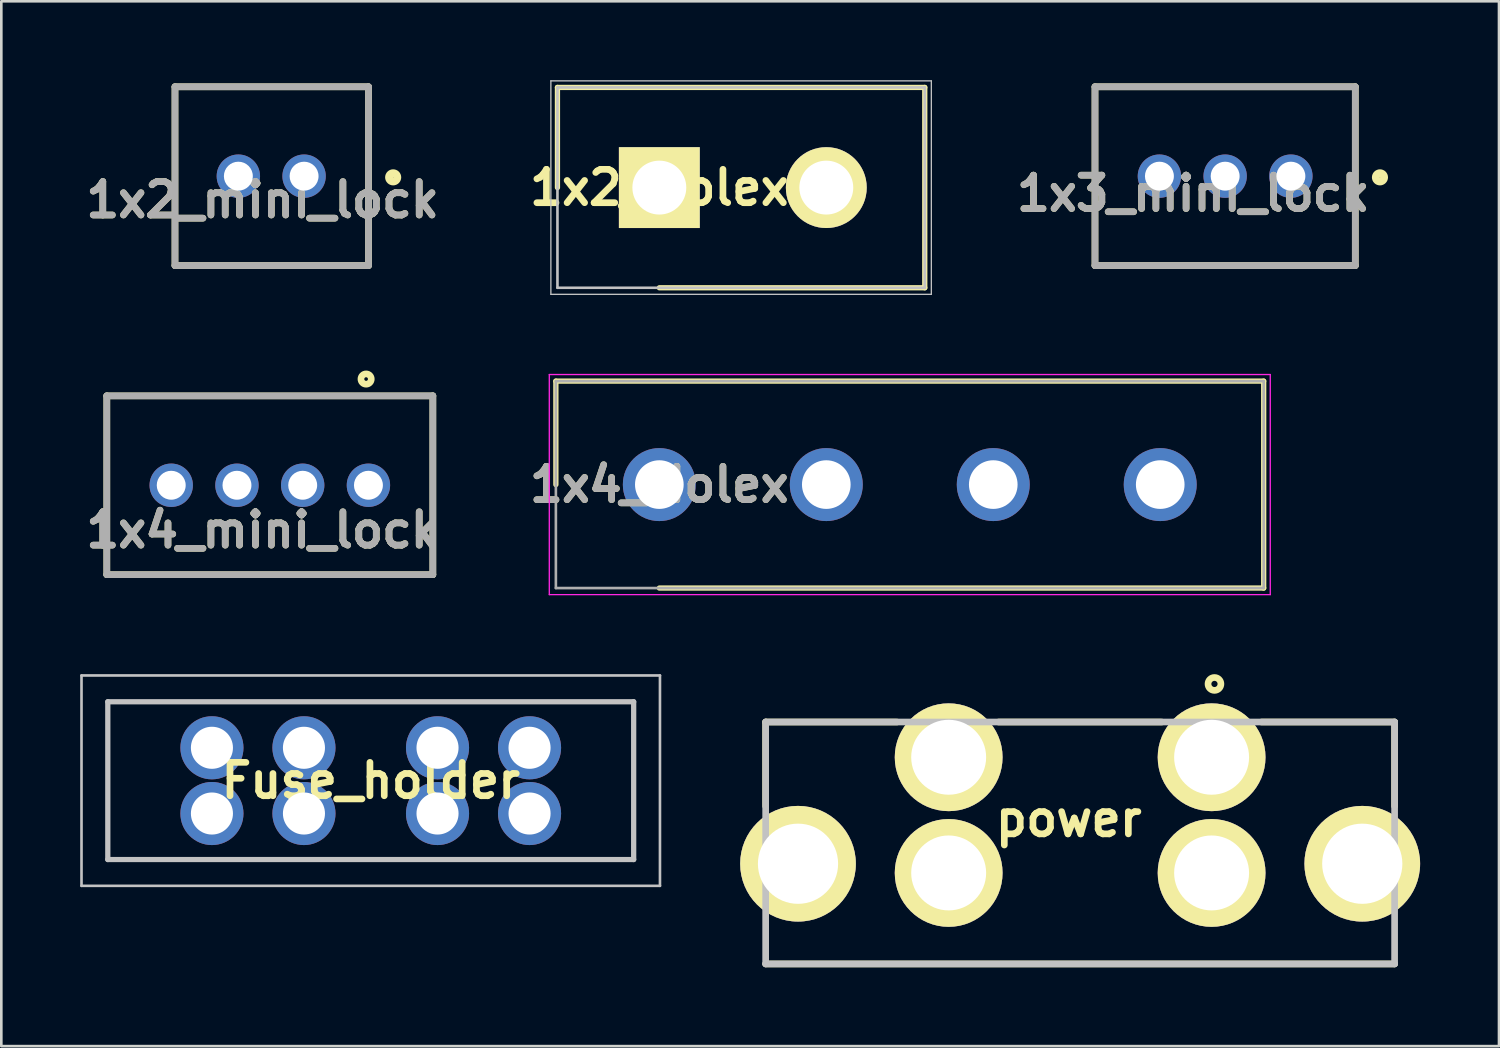
<source format=kicad_pcb>
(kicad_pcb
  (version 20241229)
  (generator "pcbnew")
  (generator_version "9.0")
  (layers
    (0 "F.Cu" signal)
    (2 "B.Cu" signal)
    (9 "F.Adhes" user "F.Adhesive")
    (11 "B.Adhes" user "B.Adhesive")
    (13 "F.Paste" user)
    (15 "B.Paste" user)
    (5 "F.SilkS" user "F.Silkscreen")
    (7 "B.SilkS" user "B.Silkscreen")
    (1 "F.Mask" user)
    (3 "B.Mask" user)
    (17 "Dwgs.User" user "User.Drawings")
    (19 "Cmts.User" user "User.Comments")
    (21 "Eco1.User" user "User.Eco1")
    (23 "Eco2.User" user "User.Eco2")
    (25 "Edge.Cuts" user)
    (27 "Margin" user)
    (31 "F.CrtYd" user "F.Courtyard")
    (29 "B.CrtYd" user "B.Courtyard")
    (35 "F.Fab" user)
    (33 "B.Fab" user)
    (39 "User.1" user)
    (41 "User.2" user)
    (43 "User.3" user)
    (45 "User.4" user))
  (footprint "1x2_mini_lock"
    (layer "F.Cu")
    (at 7.285 0.25)
    (property "Reference" "1x2_mini_lock" (at -0.348 4.302 0) (layer "F.SilkS") (effects (font (size 1.27 1.27) (thickness 0.254))))
    (attr through_hole)
    (fp_line (start -3.68 0) (end -3.68 6.8) (stroke (width 0.254) (type solid)) (layer "F.SilkS"))
    (fp_line (start -3.68 6.8) (end 3.68 6.8) (stroke (width 0.254) (type solid)) (layer "F.SilkS"))
    (fp_line (start 3.68 0) (end -3.68 0) (stroke (width 0.254) (type solid)) (layer "F.SilkS"))
    (fp_line (start 3.68 6.8) (end 3.68 0) (stroke (width 0.254) (type solid)) (layer "F.SilkS"))
    (fp_circle (center 4.618 3.445) (end 4.618 3.601) (stroke (width 0.3) (type solid)) (fill no) (layer "F.SilkS"))
    (fp_line (start -3.68 0) (end 3.68 0) (stroke (width 0.254) (type solid)) (layer "F.Fab"))
    (fp_line (start -3.68 6.8) (end -3.68 0) (stroke (width 0.254) (type solid)) (layer "F.Fab"))
    (fp_line (start 3.68 0) (end 3.68 6.8) (stroke (width 0.254) (type solid)) (layer "F.Fab"))
    (fp_line (start 3.68 6.8) (end -3.68 6.8) (stroke (width 0.254) (type solid)) (layer "F.Fab"))
    (fp_text user "${REFERENCE}" (at -0.348 4.302 0) (layer "F.Fab") (effects (font (size 1.27 1.27) (thickness 0.254))))
    (pad "" np_thru_hole circle (at 2.83 5.6) (size 0.001 0.001) (drill 1.25) (layers "*.Cu" "*.Mask"))
    (pad "1" thru_hole circle (at 1.23 3.4) (size 1.65 1.65) (drill 1.1) (layers "*.Cu" "*.Mask"))
    (pad "2" thru_hole circle (at -1.27 3.4) (size 1.65 1.65) (drill 1.1) (layers "*.Cu" "*.Mask")))
  (footprint "1x4_Molex"
    (layer "F.Cu")
    (at 22.026 15.38)
    (property "Reference" "1x4_Molex" (at 0 0 0) (layer "F.SilkS") (effects (font (size 1.27 1.27) (thickness 0.254))))
    (attr through_hole)
    (fp_line (start -3.935 -3.935) (end -3.935 0) (stroke (width 0.2) (type solid)) (layer "F.SilkS"))
    (fp_line (start 0 3.935) (end 22.985 3.935) (stroke (width 0.2) (type solid)) (layer "F.SilkS"))
    (fp_line (start 22.985 -3.935) (end -3.935 -3.935) (stroke (width 0.2) (type solid)) (layer "F.SilkS"))
    (fp_line (start 22.985 3.935) (end 22.985 -3.935) (stroke (width 0.2) (type solid)) (layer "F.SilkS"))
    (fp_line (start -4.185 -4.185) (end 23.235 -4.185) (stroke (width 0.05) (type solid)) (layer "F.CrtYd"))
    (fp_line (start -4.185 4.185) (end -4.185 -4.185) (stroke (width 0.05) (type solid)) (layer "F.CrtYd"))
    (fp_line (start 23.235 -4.185) (end 23.235 4.185) (stroke (width 0.05) (type solid)) (layer "F.CrtYd"))
    (fp_line (start 23.235 4.185) (end -4.185 4.185) (stroke (width 0.05) (type solid)) (layer "F.CrtYd"))
    (fp_line (start -3.935 -3.935) (end 22.985 -3.935) (stroke (width 0.1) (type solid)) (layer "F.Fab"))
    (fp_line (start -3.935 3.935) (end -3.935 -3.935) (stroke (width 0.1) (type solid)) (layer "F.Fab"))
    (fp_line (start 22.985 -3.935) (end 22.985 3.935) (stroke (width 0.1) (type solid)) (layer "F.Fab"))
    (fp_line (start 22.985 3.935) (end -3.935 3.935) (stroke (width 0.1) (type solid)) (layer "F.Fab"))
    (fp_text user "${REFERENCE}" (at 0 0 0) (layer "F.Fab") (effects (font (size 1.27 1.27) (thickness 0.254))))
    (pad "1" thru_hole circle (at 0 0) (size 2.775 2.775) (drill 1.85) (layers "*.Cu" "*.Mask"))
    (pad "2" thru_hole circle (at 6.35 0) (size 2.775 2.775) (drill 1.85) (layers "*.Cu" "*.Mask"))
    (pad "3" thru_hole circle (at 12.7 0) (size 2.775 2.775) (drill 1.85) (layers "*.Cu" "*.Mask"))
    (pad "4" thru_hole circle (at 19.05 0) (size 2.775 2.775) (drill 1.85) (layers "*.Cu" "*.Mask")))
  (footprint "1x2_Molex"
    (layer "F.Cu")
    (at 22.026 4.085)
    (property "Reference" "1x2_Molex" (at 0 0 0) (layer "F.SilkS") (effects (font (size 1.27 1.27) (thickness 0.254))))
    (attr through_hole)
    (fp_line (start -3.875 -3.81) (end -3.875 0) (stroke (width 0.2) (type solid)) (layer "F.SilkS"))
    (fp_line (start 0 3.81) (end 10.095 3.81) (stroke (width 0.2) (type solid)) (layer "F.SilkS"))
    (fp_line (start 10.095 -3.81) (end -3.875 -3.81) (stroke (width 0.2) (type solid)) (layer "F.SilkS"))
    (fp_line (start 10.095 3.81) (end 10.095 -3.81) (stroke (width 0.2) (type solid)) (layer "F.SilkS"))
    (fp_line (start -4.125 -4.06) (end 10.345 -4.06) (stroke (width 0.05) (type solid)) (layer "Dwgs.User"))
    (fp_line (start -4.125 4.06) (end -4.125 -4.06) (stroke (width 0.05) (type solid)) (layer "Dwgs.User"))
    (fp_line (start -3.875 -3.81) (end 10.095 -3.81) (stroke (width 0.1) (type solid)) (layer "Dwgs.User"))
    (fp_line (start -3.875 3.81) (end -3.875 -3.81) (stroke (width 0.1) (type solid)) (layer "Dwgs.User"))
    (fp_line (start 10.095 -3.81) (end 10.095 3.81) (stroke (width 0.1) (type solid)) (layer "Dwgs.User"))
    (fp_line (start 10.095 3.81) (end -3.875 3.81) (stroke (width 0.1) (type solid)) (layer "Dwgs.User"))
    (fp_line (start 10.345 -4.06) (end 10.345 4.06) (stroke (width 0.05) (type solid)) (layer "Dwgs.User"))
    (fp_line (start 10.345 4.06) (end -4.125 4.06) (stroke (width 0.05) (type solid)) (layer "Dwgs.User"))
    (pad "1" thru_hole rect (at 0 0 90) (size 3.075 3.075) (drill 2.05) (layers "*.Cu" "*.Mask" "F.SilkS"))
    (pad "2" thru_hole circle (at 6.35 0 90) (size 3.075 3.075) (drill 2.05) (layers "*.Cu" "*.Mask" "F.SilkS")))
  (footprint "1x4_mini_lock"
    (layer "F.Cu")
    (at 7.212 12.005)
    (property "Reference" "1x4_mini_lock" (at -0.275 5.104 0) (layer "F.SilkS") (effects (font (size 1.27 1.27) (thickness 0.254))))
    (attr through_hole)
    (fp_line (start -6.2 0) (end -6.2 6.8) (stroke (width 0.254) (type solid)) (layer "F.SilkS"))
    (fp_line (start -6.2 6.8) (end 6.2 6.8) (stroke (width 0.254) (type solid)) (layer "F.SilkS"))
    (fp_line (start 6.2 0) (end -6.2 0) (stroke (width 0.254) (type solid)) (layer "F.SilkS"))
    (fp_line (start 6.2 6.8) (end 6.2 0) (stroke (width 0.254) (type solid)) (layer "F.SilkS"))
    (fp_circle (center 3.662 -0.639) (end 3.662 -0.57) (stroke (width 0.254) (type solid)) (fill no) (layer "F.SilkS"))
    (fp_line (start -6.2 0) (end 6.2 0) (stroke (width 0.254) (type solid)) (layer "F.Fab"))
    (fp_line (start -6.2 6.8) (end -6.2 0) (stroke (width 0.254) (type solid)) (layer "F.Fab"))
    (fp_line (start 6.2 0) (end 6.2 6.8) (stroke (width 0.254) (type solid)) (layer "F.Fab"))
    (fp_line (start 6.2 6.8) (end -6.2 6.8) (stroke (width 0.254) (type solid)) (layer "F.Fab"))
    (fp_text user "${REFERENCE}" (at -0.275 5.104 0) (layer "F.Fab") (effects (font (size 1.27 1.27) (thickness 0.254))))
    (pad "" np_thru_hole circle (at 5.35 5.6) (size 0.001 0.001) (drill 1.25) (layers "*.Cu" "*.Mask"))
    (pad "1" thru_hole circle (at 3.75 3.4) (size 1.65 1.65) (drill 1.1) (layers "*.Cu" "*.Mask"))
    (pad "2" thru_hole circle (at 1.25 3.4) (size 1.65 1.65) (drill 1.1) (layers "*.Cu" "*.Mask"))
    (pad "3" thru_hole circle (at -1.25 3.4) (size 1.65 1.65) (drill 1.1) (layers "*.Cu" "*.Mask"))
    (pad "4" thru_hole circle (at -3.75 3.4) (size 1.65 1.65) (drill 1.1) (layers "*.Cu" "*.Mask")))
  (footprint "1x3_mini_lock"
    (layer "F.Cu")
    (at 43.545 0.25)
    (property "Reference" "1x3_mini_lock" (at -1.213 4.058 0) (layer "F.SilkS") (effects (font (size 1.27 1.27) (thickness 0.254))))
    (attr through_hole)
    (fp_line (start -4.95 0) (end -4.95 6.8) (stroke (width 0.254) (type solid)) (layer "F.SilkS"))
    (fp_line (start -4.95 6.8) (end 4.95 6.8) (stroke (width 0.254) (type solid)) (layer "F.SilkS"))
    (fp_line (start 4.95 0) (end -4.95 0) (stroke (width 0.254) (type solid)) (layer "F.SilkS"))
    (fp_line (start 4.95 6.8) (end 4.95 0) (stroke (width 0.254) (type solid)) (layer "F.SilkS"))
    (fp_circle (center 5.888 3.445) (end 5.888 3.601) (stroke (width 0.3) (type solid)) (fill no) (layer "F.SilkS"))
    (fp_line (start -4.95 0) (end 4.95 0) (stroke (width 0.254) (type solid)) (layer "F.Fab"))
    (fp_line (start -4.95 6.8) (end -4.95 0) (stroke (width 0.254) (type solid)) (layer "F.Fab"))
    (fp_line (start 4.95 0) (end 4.95 6.8) (stroke (width 0.254) (type solid)) (layer "F.Fab"))
    (fp_line (start 4.95 6.8) (end -4.95 6.8) (stroke (width 0.254) (type solid)) (layer "F.Fab"))
    (fp_text user "${REFERENCE}" (at -1.213 4.058 0) (layer "F.Fab") (effects (font (size 1.27 1.27) (thickness 0.254))))
    (pad "" np_thru_hole circle (at 4.1 5.6) (size 0.001 0.001) (drill 1.25) (layers "*.Cu" "*.Mask"))
    (pad "1" thru_hole circle (at 2.5 3.4) (size 1.65 1.65) (drill 1.1) (layers "*.Cu" "*.Mask"))
    (pad "2" thru_hole circle (at 0 3.4) (size 1.65 1.65) (drill 1.1) (layers "*.Cu" "*.Mask"))
    (pad "3" thru_hole circle (at -2.5 3.4) (size 1.65 1.65) (drill 1.1) (layers "*.Cu" "*.Mask")))
  (footprint "power"
    (layer "F.Cu")
    (at 38.03 24.41)
    (property "Reference" "power" (at -0.434 3.68 0) (layer "F.SilkS") (effects (font (size 1.27 1.27) (thickness 0.254))))
    (attr through_hole)
    (fp_line (start -11.96 0) (end -11.96 3.2) (stroke (width 0.254) (type solid)) (layer "F.SilkS"))
    (fp_line (start -11.96 0) (end -6.967 0) (stroke (width 0.254) (type solid)) (layer "F.SilkS"))
    (fp_line (start -11.96 9.2) (end 11.96 9.2) (stroke (width 0.254) (type solid)) (layer "F.SilkS"))
    (fp_line (start -3.1 0) (end 3.1 0) (stroke (width 0.254) (type solid)) (layer "F.SilkS"))
    (fp_line (start 6.9 0) (end 11.96 0) (stroke (width 0.254) (type solid)) (layer "F.SilkS"))
    (fp_line (start 11.96 0) (end 11.96 3.2) (stroke (width 0.254) (type solid)) (layer "F.SilkS"))
    (fp_circle (center 5.109 -1.448) (end 4.864 -1.448) (stroke (width 0.254) (type solid)) (fill no) (layer "F.SilkS"))
    (fp_line (start -11.96 0) (end 11.96 0) (stroke (width 0.254) (type solid)) (layer "Dwgs.User"))
    (fp_line (start -11.96 9.2) (end -11.96 0) (stroke (width 0.254) (type solid)) (layer "Dwgs.User"))
    (fp_line (start 11.96 0) (end 11.96 9.2) (stroke (width 0.254) (type solid)) (layer "Dwgs.User"))
    (fp_line (start 11.96 9.2) (end -11.96 9.2) (stroke (width 0.254) (type solid)) (layer "Dwgs.User"))
    (pad "1" thru_hole circle (at 5 1.34 90) (size 4.1 4.1) (drill 2.85) (layers "*.Cu" "*.Mask" "F.SilkS"))
    (pad "2" thru_hole circle (at 5 5.74 90) (size 4.1 4.1) (drill 2.85) (layers "*.Cu" "*.Mask" "F.SilkS"))
    (pad "3" thru_hole circle (at -5 1.34 90) (size 4.1 4.1) (drill 2.85) (layers "*.Cu" "*.Mask" "F.SilkS"))
    (pad "4" thru_hole circle (at -5 5.74 90) (size 4.1 4.1) (drill 2.85) (layers "*.Cu" "*.Mask" "F.SilkS"))
    (pad "5" thru_hole circle (at -10.73 5.39 90) (size 4.4 4.4) (drill 3.05) (layers "*.Cu" "*.Mask" "F.SilkS"))
    (pad "6" thru_hole circle (at 10.73 5.39 90) (size 4.4 4.4) (drill 3.05) (layers "*.Cu" "*.Mask" "F.SilkS")))
  (footprint "Fuse_holder"
    (layer "F.Cu")
    (at 11.05 26.64)
    (property "Reference" "Fuse_holder" (at 0 0 0) (layer "F.SilkS") (effects (font (size 1.27 1.27) (thickness 0.254))))
    (attr through_hole)
    (fp_line (start -10 -3) (end 10 -3) (stroke (width 0.1) (type solid)) (layer "F.SilkS"))
    (fp_line (start -10 3) (end -10 -3) (stroke (width 0.1) (type solid)) (layer "F.SilkS"))
    (fp_line (start 10 -3) (end 10 3) (stroke (width 0.1) (type solid)) (layer "F.SilkS"))
    (fp_line (start 10 3) (end -10 3) (stroke (width 0.1) (type solid)) (layer "F.SilkS"))
    (fp_line (start -11 -4) (end 11 -4) (stroke (width 0.1) (type solid)) (layer "Dwgs.User"))
    (fp_line (start -11 4) (end -11 -4) (stroke (width 0.1) (type solid)) (layer "Dwgs.User"))
    (fp_line (start -10 -3) (end 10 -3) (stroke (width 0.2) (type solid)) (layer "Dwgs.User"))
    (fp_line (start -10 3) (end -10 -3) (stroke (width 0.2) (type solid)) (layer "Dwgs.User"))
    (fp_line (start 10 -3) (end 10 3) (stroke (width 0.2) (type solid)) (layer "Dwgs.User"))
    (fp_line (start 10 3) (end -10 3) (stroke (width 0.2) (type solid)) (layer "Dwgs.User"))
    (fp_line (start 11 -4) (end 11 4) (stroke (width 0.1) (type solid)) (layer "Dwgs.User"))
    (fp_line (start 11 4) (end -11 4) (stroke (width 0.1) (type solid)) (layer "Dwgs.User"))
    (pad "" np_thru_hole circle (at 0 -0.045) (size 0.001 0.001) (drill 2.65) (layers "*.Cu" "*.Mask"))
    (pad "1" thru_hole circle (at -6.04 1.25) (size 2.4 2.4) (drill 1.6) (layers "*.Cu" "*.Mask"))
    (pad "2" thru_hole circle (at -6.04 -1.25) (size 2.4 2.4) (drill 1.6) (layers "*.Cu" "*.Mask"))
    (pad "3" thru_hole circle (at -2.54 1.25) (size 2.4 2.4) (drill 1.6) (layers "*.Cu" "*.Mask"))
    (pad "4" thru_hole circle (at -2.54 -1.25) (size 2.4 2.4) (drill 1.6) (layers "*.Cu" "*.Mask"))
    (pad "5" thru_hole circle (at 2.54 1.25) (size 2.4 2.4) (drill 1.6) (layers "*.Cu" "*.Mask"))
    (pad "6" thru_hole circle (at 2.54 -1.25) (size 2.4 2.4) (drill 1.6) (layers "*.Cu" "*.Mask"))
    (pad "7" thru_hole circle (at 6.04 1.25) (size 2.4 2.4) (drill 1.6) (layers "*.Cu" "*.Mask"))
    (pad "8" thru_hole circle (at 6.04 -1.25) (size 2.4 2.4) (drill 1.6) (layers "*.Cu" "*.Mask")))
  (gr_rect
    (start -3 -3)
    (end 53.96 36.737)
    (stroke (width 0.1) (type default))
    (fill no)
    (layer "Edge.Cuts")))
</source>
